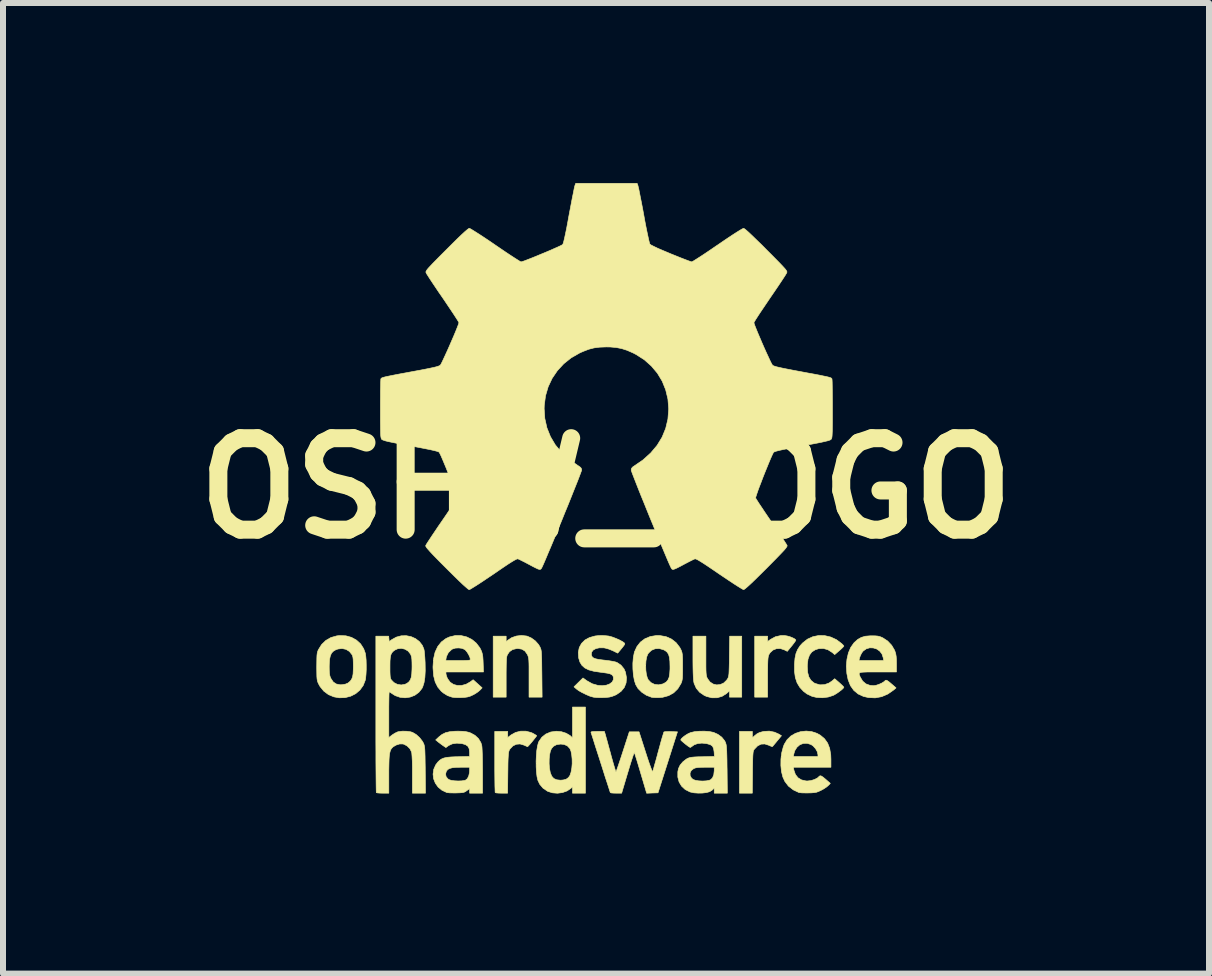
<source format=kicad_pcb>
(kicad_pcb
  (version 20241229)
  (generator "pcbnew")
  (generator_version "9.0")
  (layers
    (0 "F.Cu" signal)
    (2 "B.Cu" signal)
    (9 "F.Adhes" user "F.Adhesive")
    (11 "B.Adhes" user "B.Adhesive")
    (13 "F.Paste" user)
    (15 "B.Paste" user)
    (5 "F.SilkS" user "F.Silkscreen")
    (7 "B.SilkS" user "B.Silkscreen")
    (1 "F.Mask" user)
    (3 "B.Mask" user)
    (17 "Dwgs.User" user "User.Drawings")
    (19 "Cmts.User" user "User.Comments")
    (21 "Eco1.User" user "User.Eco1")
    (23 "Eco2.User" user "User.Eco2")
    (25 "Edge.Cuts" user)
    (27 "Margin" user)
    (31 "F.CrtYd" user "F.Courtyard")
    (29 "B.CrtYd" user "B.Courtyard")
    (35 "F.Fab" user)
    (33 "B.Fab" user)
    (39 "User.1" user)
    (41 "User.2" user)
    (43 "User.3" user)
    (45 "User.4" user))
  (footprint "OSHW_LOGO"
    (layer "F.Cu")
    (at 7.047 5.085)
    (property "Reference" "OSHW_LOGO" (at 0 0 0) (layer "F.SilkS") (effects (font (size 1.524 1.524) (thickness 0.3))))
    (attr through_hole)
    (fp_poly (pts (xy 3.019 2.461) (xy 3.066 2.474) (xy 3.11 2.492) (xy 3.144 2.51) (xy 3.161 2.526) (xy 3.162 2.53) (xy 3.155 2.545) (xy 3.134 2.575) (xy 3.105 2.613) (xy 3.091 2.63) (xy 3.02 2.717) (xy 2.968 2.691) (xy 2.903 2.67) (xy 2.839 2.673) (xy 2.781 2.696) (xy 2.733 2.74) (xy 2.715 2.77) (xy 2.708 2.785) (xy 2.703 2.806) (xy 2.699 2.833) (xy 2.696 2.871) (xy 2.694 2.922) (xy 2.693 2.991) (xy 2.692 3.08) (xy 2.692 3.146) (xy 2.692 3.48) (xy 2.477 3.48) (xy 2.477 2.464) (xy 2.692 2.464) (xy 2.692 2.553) (xy 2.743 2.517) (xy 2.822 2.474) (xy 2.911 2.454) (xy 2.975 2.454) (xy 3.019 2.461)) (stroke (width 0.01) (type solid)) (fill yes) (layer "F.SilkS"))
    (fp_poly (pts (xy 2.808 4.064) (xy 2.875 4.094) (xy 2.923 4.123) (xy 2.85 4.211) (xy 2.817 4.251) (xy 2.791 4.282) (xy 2.775 4.301) (xy 2.772 4.304) (xy 2.76 4.302) (xy 2.732 4.291) (xy 2.71 4.281) (xy 2.645 4.26) (xy 2.583 4.263) (xy 2.525 4.292) (xy 2.473 4.346) (xy 2.471 4.348) (xy 2.463 4.36) (xy 2.457 4.374) (xy 2.452 4.393) (xy 2.449 4.42) (xy 2.446 4.459) (xy 2.444 4.512) (xy 2.443 4.583) (xy 2.441 4.675) (xy 2.441 4.732) (xy 2.437 5.08) (xy 2.223 5.08) (xy 2.223 4.051) (xy 2.438 4.051) (xy 2.438 4.158) (xy 2.473 4.125) (xy 2.514 4.092) (xy 2.556 4.07) (xy 2.611 4.055) (xy 2.632 4.051) (xy 2.72 4.046) (xy 2.808 4.064)) (stroke (width 0.01) (type solid)) (fill yes) (layer "F.SilkS"))
    (fp_poly (pts (xy 1.664 2.792) (xy 1.664 2.892) (xy 1.664 2.97) (xy 1.665 3.03) (xy 1.667 3.074) (xy 1.67 3.106) (xy 1.674 3.13) (xy 1.68 3.149) (xy 1.688 3.166) (xy 1.693 3.175) (xy 1.733 3.228) (xy 1.785 3.262) (xy 1.843 3.276) (xy 1.903 3.27) (xy 1.96 3.245) (xy 2.008 3.199) (xy 2.025 3.175) (xy 2.033 3.16) (xy 2.039 3.143) (xy 2.044 3.12) (xy 2.048 3.089) (xy 2.05 3.046) (xy 2.052 2.988) (xy 2.054 2.912) (xy 2.055 2.814) (xy 2.055 2.797) (xy 2.06 2.464) (xy 2.261 2.464) (xy 2.261 3.48) (xy 2.057 3.48) (xy 2.057 3.376) (xy 2.007 3.42) (xy 1.934 3.466) (xy 1.852 3.49) (xy 1.765 3.491) (xy 1.677 3.469) (xy 1.636 3.451) (xy 1.559 3.398) (xy 1.503 3.331) (xy 1.467 3.249) (xy 1.462 3.225) (xy 1.458 3.193) (xy 1.454 3.139) (xy 1.451 3.067) (xy 1.449 2.98) (xy 1.448 2.881) (xy 1.448 2.812) (xy 1.448 2.464) (xy 1.664 2.464) (xy 1.664 2.792)) (stroke (width 0.01) (type solid)) (fill yes) (layer "F.SilkS"))
    (fp_poly (pts (xy -1.335 4.047) (xy -1.25 4.069) (xy -1.222 4.081) (xy -1.187 4.101) (xy -1.163 4.116) (xy -1.156 4.122) (xy -1.163 4.135) (xy -1.183 4.161) (xy -1.21 4.195) (xy -1.24 4.232) (xy -1.269 4.266) (xy -1.293 4.292) (xy -1.306 4.305) (xy -1.307 4.305) (xy -1.321 4.3) (xy -1.35 4.287) (xy -1.368 4.279) (xy -1.433 4.26) (xy -1.495 4.265) (xy -1.552 4.293) (xy -1.599 4.342) (xy -1.61 4.36) (xy -1.617 4.376) (xy -1.622 4.396) (xy -1.626 4.424) (xy -1.629 4.464) (xy -1.632 4.518) (xy -1.634 4.589) (xy -1.635 4.681) (xy -1.636 4.74) (xy -1.64 5.08) (xy -1.739 5.08) (xy -1.787 5.079) (xy -1.824 5.076) (xy -1.844 5.072) (xy -1.846 5.072) (xy -1.848 5.057) (xy -1.849 5.021) (xy -1.851 4.964) (xy -1.852 4.89) (xy -1.853 4.802) (xy -1.854 4.702) (xy -1.854 4.593) (xy -1.854 4.557) (xy -1.854 4.051) (xy -1.638 4.051) (xy -1.638 4.153) (xy -1.581 4.109) (xy -1.507 4.068) (xy -1.423 4.047) (xy -1.335 4.047)) (stroke (width 0.01) (type solid)) (fill yes) (layer "F.SilkS"))
    (fp_poly (pts (xy -1.328 2.461) (xy -1.313 2.464) (xy -1.244 2.495) (xy -1.178 2.543) (xy -1.125 2.603) (xy -1.105 2.636) (xy -1.096 2.654) (xy -1.089 2.672) (xy -1.083 2.691) (xy -1.079 2.716) (xy -1.076 2.749) (xy -1.074 2.794) (xy -1.072 2.853) (xy -1.071 2.93) (xy -1.07 3.028) (xy -1.069 3.089) (xy -1.065 3.48) (xy -1.283 3.48) (xy -1.283 3.152) (xy -1.283 3.052) (xy -1.283 2.974) (xy -1.284 2.915) (xy -1.286 2.87) (xy -1.289 2.837) (xy -1.294 2.813) (xy -1.3 2.794) (xy -1.307 2.776) (xy -1.311 2.768) (xy -1.35 2.713) (xy -1.401 2.681) (xy -1.466 2.67) (xy -1.49 2.671) (xy -1.557 2.687) (xy -1.609 2.723) (xy -1.641 2.77) (xy -1.648 2.785) (xy -1.654 2.806) (xy -1.658 2.833) (xy -1.66 2.871) (xy -1.662 2.922) (xy -1.663 2.991) (xy -1.664 3.08) (xy -1.664 3.146) (xy -1.664 3.48) (xy -1.88 3.48) (xy -1.88 2.464) (xy -1.664 2.464) (xy -1.664 2.557) (xy -1.635 2.531) (xy -1.572 2.489) (xy -1.494 2.462) (xy -1.41 2.452) (xy -1.328 2.461)) (stroke (width 0.01) (type solid)) (fill yes) (layer "F.SilkS"))
    (fp_poly (pts (xy 3.643 2.455) (xy 3.742 2.478) (xy 3.838 2.522) (xy 3.926 2.588) (xy 3.927 2.589) (xy 3.95 2.612) (xy 3.962 2.628) (xy 3.962 2.63) (xy 3.953 2.642) (xy 3.93 2.666) (xy 3.896 2.697) (xy 3.886 2.705) (xy 3.81 2.771) (xy 3.769 2.736) (xy 3.697 2.69) (xy 3.622 2.669) (xy 3.544 2.672) (xy 3.485 2.691) (xy 3.429 2.727) (xy 3.39 2.779) (xy 3.365 2.848) (xy 3.354 2.937) (xy 3.353 2.972) (xy 3.359 3.067) (xy 3.379 3.143) (xy 3.414 3.2) (xy 3.464 3.242) (xy 3.485 3.252) (xy 3.562 3.275) (xy 3.64 3.272) (xy 3.715 3.245) (xy 3.769 3.208) (xy 3.81 3.173) (xy 3.886 3.239) (xy 3.922 3.272) (xy 3.949 3.298) (xy 3.962 3.314) (xy 3.962 3.316) (xy 3.952 3.332) (xy 3.926 3.357) (xy 3.888 3.386) (xy 3.846 3.416) (xy 3.803 3.442) (xy 3.785 3.451) (xy 3.702 3.478) (xy 3.607 3.49) (xy 3.51 3.485) (xy 3.433 3.467) (xy 3.347 3.426) (xy 3.29 3.383) (xy 3.228 3.316) (xy 3.183 3.241) (xy 3.154 3.154) (xy 3.14 3.051) (xy 3.14 2.933) (xy 3.148 2.833) (xy 3.165 2.752) (xy 3.193 2.685) (xy 3.233 2.624) (xy 3.275 2.578) (xy 3.356 2.514) (xy 3.446 2.473) (xy 3.543 2.453) (xy 3.643 2.455)) (stroke (width 0.01) (type solid)) (fill yes) (layer "F.SilkS"))
    (fp_poly (pts (xy -0.343 5.08) (xy -0.559 5.08) (xy -0.559 4.974) (xy -0.587 5.001) (xy -0.65 5.043) (xy -0.726 5.07) (xy -0.809 5.081) (xy -0.893 5.074) (xy -0.97 5.05) (xy -0.975 5.047) (xy -1.049 4.997) (xy -1.105 4.931) (xy -1.136 4.865) (xy -1.15 4.804) (xy -1.159 4.728) (xy -1.164 4.64) (xy -1.164 4.588) (xy -0.948 4.588) (xy -0.943 4.662) (xy -0.928 4.741) (xy -0.904 4.798) (xy -0.87 4.836) (xy -0.822 4.857) (xy -0.759 4.864) (xy -0.758 4.864) (xy -0.713 4.86) (xy -0.673 4.85) (xy -0.662 4.846) (xy -0.626 4.82) (xy -0.601 4.784) (xy -0.583 4.731) (xy -0.57 4.661) (xy -0.564 4.588) (xy -0.565 4.513) (xy -0.572 4.442) (xy -0.584 4.381) (xy -0.601 4.339) (xy -0.602 4.337) (xy -0.644 4.292) (xy -0.699 4.268) (xy -0.756 4.262) (xy -0.823 4.271) (xy -0.876 4.299) (xy -0.909 4.337) (xy -0.927 4.379) (xy -0.94 4.439) (xy -0.947 4.511) (xy -0.948 4.588) (xy -1.164 4.588) (xy -1.165 4.548) (xy -1.161 4.456) (xy -1.154 4.37) (xy -1.142 4.296) (xy -1.127 4.238) (xy -1.119 4.22) (xy -1.069 4.148) (xy -1.003 4.095) (xy -0.922 4.061) (xy -0.829 4.048) (xy -0.826 4.048) (xy -0.743 4.056) (xy -0.665 4.081) (xy -0.6 4.119) (xy -0.588 4.13) (xy -0.559 4.157) (xy -0.559 3.645) (xy -0.343 3.645) (xy -0.343 5.08)) (stroke (width 0.01) (type solid)) (fill yes) (layer "F.SilkS"))
    (fp_poly (pts (xy 3.426 4.054) (xy 3.516 4.084) (xy 3.571 4.115) (xy 3.64 4.173) (xy 3.692 4.246) (xy 3.726 4.334) (xy 3.744 4.44) (xy 3.747 4.515) (xy 3.747 4.648) (xy 3.121 4.648) (xy 3.13 4.696) (xy 3.155 4.768) (xy 3.198 4.823) (xy 3.257 4.859) (xy 3.331 4.876) (xy 3.355 4.877) (xy 3.415 4.87) (xy 3.473 4.852) (xy 3.521 4.828) (xy 3.542 4.809) (xy 3.556 4.795) (xy 3.57 4.79) (xy 3.589 4.795) (xy 3.616 4.813) (xy 3.656 4.846) (xy 3.69 4.876) (xy 3.737 4.917) (xy 3.7 4.955) (xy 3.67 4.98) (xy 3.626 5.009) (xy 3.582 5.033) (xy 3.54 5.052) (xy 3.505 5.065) (xy 3.467 5.071) (xy 3.418 5.075) (xy 3.372 5.076) (xy 3.314 5.076) (xy 3.263 5.075) (xy 3.226 5.071) (xy 3.213 5.069) (xy 3.12 5.025) (xy 3.039 4.962) (xy 2.98 4.885) (xy 2.946 4.811) (xy 2.923 4.72) (xy 2.913 4.619) (xy 2.914 4.513) (xy 2.919 4.47) (xy 3.121 4.47) (xy 3.531 4.47) (xy 3.531 4.441) (xy 3.52 4.39) (xy 3.491 4.338) (xy 3.45 4.293) (xy 3.416 4.27) (xy 3.351 4.249) (xy 3.287 4.251) (xy 3.228 4.274) (xy 3.18 4.316) (xy 3.144 4.374) (xy 3.13 4.423) (xy 3.121 4.47) (xy 2.919 4.47) (xy 2.927 4.408) (xy 2.953 4.31) (xy 2.969 4.267) (xy 3.016 4.19) (xy 3.079 4.128) (xy 3.156 4.083) (xy 3.242 4.055) (xy 3.334 4.045) (xy 3.426 4.054)) (stroke (width 0.01) (type solid)) (fill yes) (layer "F.SilkS"))
    (fp_poly (pts (xy 0.896 2.454) (xy 0.999 2.472) (xy 1.09 2.512) (xy 1.167 2.572) (xy 1.228 2.651) (xy 1.249 2.691) (xy 1.259 2.715) (xy 1.266 2.739) (xy 1.271 2.769) (xy 1.274 2.809) (xy 1.276 2.864) (xy 1.276 2.938) (xy 1.276 2.972) (xy 1.276 3.054) (xy 1.275 3.115) (xy 1.273 3.16) (xy 1.268 3.194) (xy 1.262 3.22) (xy 1.253 3.243) (xy 1.249 3.253) (xy 1.196 3.34) (xy 1.127 3.408) (xy 1.043 3.455) (xy 0.945 3.482) (xy 0.893 3.487) (xy 0.84 3.488) (xy 0.791 3.486) (xy 0.758 3.482) (xy 0.756 3.481) (xy 0.671 3.448) (xy 0.595 3.398) (xy 0.533 3.336) (xy 0.495 3.272) (xy 0.472 3.201) (xy 0.456 3.112) (xy 0.448 3.014) (xy 0.447 2.953) (xy 0.661 2.953) (xy 0.663 3.029) (xy 0.672 3.1) (xy 0.688 3.159) (xy 0.703 3.19) (xy 0.749 3.238) (xy 0.808 3.267) (xy 0.874 3.275) (xy 0.942 3.261) (xy 0.967 3.25) (xy 1.005 3.226) (xy 1.032 3.193) (xy 1.051 3.149) (xy 1.061 3.09) (xy 1.066 3.011) (xy 1.066 2.972) (xy 1.064 2.884) (xy 1.056 2.817) (xy 1.042 2.768) (xy 1.019 2.732) (xy 0.986 2.705) (xy 0.957 2.69) (xy 0.886 2.67) (xy 0.818 2.674) (xy 0.757 2.699) (xy 0.708 2.746) (xy 0.694 2.767) (xy 0.676 2.815) (xy 0.665 2.879) (xy 0.661 2.953) (xy 0.447 2.953) (xy 0.447 2.914) (xy 0.455 2.819) (xy 0.471 2.737) (xy 0.474 2.726) (xy 0.515 2.637) (xy 0.573 2.563) (xy 0.648 2.507) (xy 0.737 2.47) (xy 0.836 2.454) (xy 0.896 2.454)) (stroke (width 0.01) (type solid)) (fill yes) (layer "F.SilkS"))
    (fp_poly (pts (xy -2.416 2.454) (xy -2.323 2.476) (xy -2.237 2.518) (xy -2.163 2.579) (xy -2.103 2.657) (xy -2.085 2.692) (xy -2.07 2.728) (xy -2.06 2.764) (xy -2.053 2.806) (xy -2.049 2.862) (xy -2.047 2.911) (xy -2.042 3.061) (xy -2.667 3.061) (xy -2.667 3.09) (xy -2.661 3.118) (xy -2.647 3.157) (xy -2.638 3.175) (xy -2.597 3.231) (xy -2.542 3.268) (xy -2.476 3.286) (xy -2.405 3.285) (xy -2.331 3.265) (xy -2.259 3.224) (xy -2.254 3.22) (xy -2.214 3.19) (xy -2.139 3.257) (xy -2.064 3.325) (xy -2.102 3.365) (xy -2.134 3.392) (xy -2.178 3.422) (xy -2.219 3.444) (xy -2.265 3.465) (xy -2.307 3.477) (xy -2.356 3.484) (xy -2.409 3.487) (xy -2.467 3.488) (xy -2.521 3.486) (xy -2.561 3.481) (xy -2.569 3.479) (xy -2.641 3.454) (xy -2.707 3.413) (xy -2.745 3.382) (xy -2.803 3.313) (xy -2.846 3.228) (xy -2.872 3.126) (xy -2.882 3.004) (xy -2.883 2.976) (xy -2.876 2.87) (xy -2.67 2.87) (xy -2.465 2.87) (xy -2.389 2.87) (xy -2.334 2.869) (xy -2.297 2.867) (xy -2.275 2.864) (xy -2.264 2.858) (xy -2.261 2.851) (xy -2.261 2.847) (xy -2.269 2.814) (xy -2.289 2.771) (xy -2.316 2.728) (xy -2.345 2.694) (xy -2.354 2.687) (xy -2.398 2.667) (xy -2.454 2.66) (xy -2.511 2.663) (xy -2.56 2.679) (xy -2.573 2.687) (xy -2.627 2.739) (xy -2.657 2.8) (xy -2.663 2.823) (xy -2.67 2.87) (xy -2.876 2.87) (xy -2.874 2.844) (xy -2.848 2.731) (xy -2.804 2.637) (xy -2.744 2.561) (xy -2.666 2.503) (xy -2.609 2.477) (xy -2.513 2.454) (xy -2.416 2.454)) (stroke (width 0.01) (type solid)) (fill yes) (layer "F.SilkS"))
    (fp_poly (pts (xy -4.335 2.458) (xy -4.241 2.484) (xy -4.158 2.53) (xy -4.089 2.593) (xy -4.038 2.673) (xy -4.011 2.747) (xy -4.003 2.797) (xy -3.997 2.864) (xy -3.995 2.942) (xy -3.995 3.023) (xy -3.999 3.099) (xy -4.005 3.162) (xy -4.011 3.197) (xy -4.046 3.286) (xy -4.101 3.362) (xy -4.171 3.422) (xy -4.254 3.464) (xy -4.347 3.488) (xy -4.446 3.491) (xy -4.535 3.475) (xy -4.624 3.438) (xy -4.702 3.38) (xy -4.765 3.303) (xy -4.793 3.252) (xy -4.803 3.228) (xy -4.81 3.204) (xy -4.815 3.173) (xy -4.818 3.133) (xy -4.819 3.077) (xy -4.82 3.002) (xy -4.82 2.973) (xy -4.612 2.973) (xy -4.611 3.039) (xy -4.608 3.086) (xy -4.602 3.121) (xy -4.593 3.15) (xy -4.582 3.172) (xy -4.544 3.228) (xy -4.494 3.261) (xy -4.431 3.274) (xy -4.397 3.273) (xy -4.341 3.263) (xy -4.299 3.245) (xy -4.295 3.242) (xy -4.262 3.214) (xy -4.239 3.182) (xy -4.223 3.143) (xy -4.214 3.091) (xy -4.211 3.021) (xy -4.21 2.972) (xy -4.211 2.9) (xy -4.213 2.848) (xy -4.218 2.811) (xy -4.226 2.784) (xy -4.232 2.773) (xy -4.275 2.719) (xy -4.331 2.684) (xy -4.397 2.67) (xy -4.466 2.678) (xy -4.501 2.69) (xy -4.542 2.714) (xy -4.573 2.746) (xy -4.593 2.79) (xy -4.606 2.849) (xy -4.611 2.928) (xy -4.612 2.973) (xy -4.82 2.973) (xy -4.82 2.972) (xy -4.819 2.89) (xy -4.818 2.828) (xy -4.816 2.783) (xy -4.812 2.75) (xy -4.806 2.724) (xy -4.797 2.7) (xy -4.793 2.691) (xy -4.739 2.604) (xy -4.669 2.536) (xy -4.584 2.487) (xy -4.486 2.459) (xy -4.439 2.454) (xy -4.335 2.458)) (stroke (width 0.01) (type solid)) (fill yes) (layer "F.SilkS"))
    (fp_poly (pts (xy 4.485 2.459) (xy 4.529 2.463) (xy 4.565 2.472) (xy 4.603 2.488) (xy 4.613 2.493) (xy 4.692 2.545) (xy 4.759 2.616) (xy 4.807 2.698) (xy 4.813 2.713) (xy 4.826 2.754) (xy 4.834 2.8) (xy 4.838 2.856) (xy 4.839 2.921) (xy 4.839 3.061) (xy 4.528 3.061) (xy 4.428 3.061) (xy 4.351 3.061) (xy 4.294 3.063) (xy 4.255 3.066) (xy 4.23 3.072) (xy 4.219 3.082) (xy 4.217 3.096) (xy 4.223 3.115) (xy 4.233 3.14) (xy 4.236 3.147) (xy 4.276 3.213) (xy 4.33 3.259) (xy 4.399 3.284) (xy 4.458 3.289) (xy 4.498 3.283) (xy 4.547 3.267) (xy 4.596 3.245) (xy 4.634 3.221) (xy 4.646 3.209) (xy 4.657 3.199) (xy 4.671 3.198) (xy 4.69 3.207) (xy 4.72 3.229) (xy 4.763 3.266) (xy 4.782 3.282) (xy 4.832 3.326) (xy 4.794 3.359) (xy 4.697 3.427) (xy 4.593 3.472) (xy 4.485 3.492) (xy 4.373 3.487) (xy 4.289 3.468) (xy 4.2 3.427) (xy 4.128 3.367) (xy 4.072 3.288) (xy 4.033 3.189) (xy 4.012 3.085) (xy 4.004 2.964) (xy 4.012 2.87) (xy 4.214 2.87) (xy 4.626 2.87) (xy 4.618 2.823) (xy 4.597 2.76) (xy 4.559 2.712) (xy 4.51 2.678) (xy 4.452 2.66) (xy 4.393 2.658) (xy 4.336 2.675) (xy 4.285 2.711) (xy 4.261 2.742) (xy 4.24 2.782) (xy 4.225 2.822) (xy 4.223 2.829) (xy 4.214 2.87) (xy 4.012 2.87) (xy 4.014 2.849) (xy 4.038 2.743) (xy 4.077 2.652) (xy 4.129 2.578) (xy 4.135 2.571) (xy 4.193 2.519) (xy 4.253 2.485) (xy 4.321 2.465) (xy 4.404 2.458) (xy 4.426 2.458) (xy 4.485 2.459)) (stroke (width 0.01) (type solid)) (fill yes) (layer "F.SilkS"))
    (fp_poly (pts (xy -2.393 4.049) (xy -2.339 4.054) (xy -2.294 4.064) (xy -2.258 4.076) (xy -2.184 4.116) (xy -2.125 4.171) (xy -2.085 4.238) (xy -2.071 4.281) (xy -2.067 4.312) (xy -2.064 4.365) (xy -2.061 4.437) (xy -2.059 4.524) (xy -2.058 4.623) (xy -2.057 4.712) (xy -2.057 5.08) (xy -2.273 5.08) (xy -2.273 5.003) (xy -2.32 5.038) (xy -2.343 5.054) (xy -2.366 5.065) (xy -2.394 5.071) (xy -2.436 5.074) (xy -2.494 5.076) (xy -2.552 5.076) (xy -2.604 5.075) (xy -2.642 5.071) (xy -2.654 5.069) (xy -2.734 5.031) (xy -2.798 4.978) (xy -2.844 4.913) (xy -2.873 4.839) (xy -2.882 4.762) (xy -2.881 4.759) (xy -2.673 4.759) (xy -2.665 4.804) (xy -2.636 4.841) (xy -2.612 4.856) (xy -2.576 4.867) (xy -2.523 4.874) (xy -2.463 4.877) (xy -2.405 4.875) (xy -2.358 4.868) (xy -2.343 4.864) (xy -2.311 4.839) (xy -2.288 4.795) (xy -2.275 4.737) (xy -2.273 4.706) (xy -2.273 4.648) (xy -2.415 4.648) (xy -2.498 4.65) (xy -2.56 4.656) (xy -2.605 4.668) (xy -2.636 4.685) (xy -2.658 4.711) (xy -2.66 4.714) (xy -2.673 4.759) (xy -2.881 4.759) (xy -2.871 4.684) (xy -2.838 4.609) (xy -2.802 4.561) (xy -2.772 4.532) (xy -2.739 4.51) (xy -2.7 4.494) (xy -2.65 4.483) (xy -2.585 4.477) (xy -2.5 4.473) (xy -2.473 4.473) (xy -2.273 4.468) (xy -2.273 4.4) (xy -2.28 4.34) (xy -2.302 4.298) (xy -2.342 4.271) (xy -2.4 4.254) (xy -2.486 4.247) (xy -2.561 4.258) (xy -2.622 4.286) (xy -2.626 4.289) (xy -2.668 4.32) (xy -2.715 4.288) (xy -2.755 4.259) (xy -2.794 4.229) (xy -2.8 4.224) (xy -2.838 4.193) (xy -2.785 4.143) (xy -2.733 4.102) (xy -2.675 4.073) (xy -2.605 4.056) (xy -2.519 4.048) (xy -2.464 4.047) (xy -2.393 4.049)) (stroke (width 0.01) (type solid)) (fill yes) (layer "F.SilkS"))
    (fp_poly (pts (xy -0.003 2.457) (xy 0.044 2.462) (xy 0.1 2.477) (xy 0.164 2.501) (xy 0.227 2.529) (xy 0.278 2.557) (xy 0.297 2.571) (xy 0.308 2.58) (xy 0.312 2.589) (xy 0.309 2.603) (xy 0.295 2.624) (xy 0.269 2.657) (xy 0.23 2.705) (xy 0.225 2.71) (xy 0.195 2.747) (xy 0.112 2.706) (xy 0.048 2.68) (xy -0.016 2.662) (xy -0.042 2.658) (xy -0.111 2.658) (xy -0.169 2.671) (xy -0.213 2.695) (xy -0.239 2.729) (xy -0.245 2.769) (xy -0.24 2.79) (xy -0.228 2.812) (xy -0.207 2.828) (xy -0.173 2.841) (xy -0.122 2.852) (xy -0.052 2.861) (xy -0.016 2.865) (xy 0.048 2.873) (xy 0.108 2.883) (xy 0.155 2.893) (xy 0.182 2.902) (xy 0.249 2.947) (xy 0.299 3.008) (xy 0.324 3.064) (xy 0.341 3.158) (xy 0.334 3.243) (xy 0.304 3.319) (xy 0.251 3.383) (xy 0.177 3.435) (xy 0.151 3.448) (xy 0.102 3.467) (xy 0.056 3.479) (xy 0.001 3.485) (xy -0.044 3.487) (xy -0.104 3.488) (xy -0.161 3.486) (xy -0.206 3.481) (xy -0.215 3.479) (xy -0.268 3.464) (xy -0.331 3.437) (xy -0.397 3.405) (xy -0.455 3.372) (xy -0.493 3.344) (xy -0.534 3.308) (xy -0.459 3.234) (xy -0.384 3.16) (xy -0.319 3.207) (xy -0.23 3.257) (xy -0.136 3.284) (xy -0.065 3.289) (xy 0.004 3.281) (xy 0.06 3.26) (xy 0.101 3.229) (xy 0.123 3.189) (xy 0.122 3.146) (xy 0.113 3.123) (xy 0.096 3.106) (xy 0.067 3.092) (xy 0.022 3.081) (xy -0.041 3.072) (xy -0.094 3.065) (xy -0.202 3.049) (xy -0.288 3.026) (xy -0.354 2.993) (xy -0.402 2.95) (xy -0.435 2.896) (xy -0.456 2.827) (xy -0.456 2.825) (xy -0.462 2.735) (xy -0.446 2.654) (xy -0.408 2.585) (xy -0.351 2.528) (xy -0.275 2.487) (xy -0.182 2.461) (xy -0.127 2.455) (xy -0.066 2.453) (xy -0.003 2.457)) (stroke (width 0.01) (type solid)) (fill yes) (layer "F.SilkS"))
    (fp_poly (pts (xy -0.008 4.115) (xy 0.000434 4.147) (xy 0.015 4.198) (xy 0.033 4.264) (xy 0.054 4.341) (xy 0.077 4.424) (xy 0.084 4.452) (xy 0.106 4.531) (xy 0.126 4.601) (xy 0.143 4.658) (xy 0.156 4.7) (xy 0.164 4.722) (xy 0.165 4.724) (xy 0.171 4.713) (xy 0.183 4.68) (xy 0.201 4.629) (xy 0.223 4.564) (xy 0.249 4.486) (xy 0.277 4.4) (xy 0.28 4.391) (xy 0.388 4.058) (xy 0.55 4.058) (xy 0.659 4.397) (xy 0.687 4.484) (xy 0.713 4.562) (xy 0.736 4.627) (xy 0.755 4.678) (xy 0.768 4.71) (xy 0.776 4.721) (xy 0.776 4.721) (xy 0.782 4.705) (xy 0.793 4.668) (xy 0.808 4.613) (xy 0.828 4.544) (xy 0.85 4.464) (xy 0.87 4.388) (xy 0.894 4.302) (xy 0.915 4.224) (xy 0.934 4.157) (xy 0.95 4.106) (xy 0.96 4.072) (xy 0.965 4.06) (xy 0.981 4.056) (xy 1.016 4.054) (xy 1.063 4.053) (xy 1.082 4.054) (xy 1.19 4.058) (xy 1.028 4.566) (xy 0.866 5.074) (xy 0.771 5.077) (xy 0.677 5.081) (xy 0.578 4.747) (xy 0.552 4.659) (xy 0.528 4.579) (xy 0.507 4.511) (xy 0.49 4.457) (xy 0.478 4.42) (xy 0.472 4.405) (xy 0.471 4.404) (xy 0.466 4.414) (xy 0.454 4.445) (xy 0.438 4.494) (xy 0.417 4.558) (xy 0.393 4.636) (xy 0.367 4.722) (xy 0.362 4.738) (xy 0.26 5.08) (xy 0.169 5.08) (xy 0.124 5.079) (xy 0.089 5.076) (xy 0.072 5.071) (xy 0.072 5.07) (xy 0.067 5.057) (xy 0.055 5.021) (xy 0.038 4.967) (xy 0.015 4.896) (xy -0.013 4.812) (xy -0.043 4.716) (xy -0.076 4.612) (xy -0.089 4.572) (xy -0.123 4.465) (xy -0.155 4.366) (xy -0.184 4.276) (xy -0.208 4.199) (xy -0.228 4.137) (xy -0.242 4.093) (xy -0.25 4.07) (xy -0.251 4.067) (xy -0.247 4.059) (xy -0.227 4.054) (xy -0.187 4.052) (xy -0.142 4.051) (xy -0.027 4.051) (xy -0.008 4.115)) (stroke (width 0.01) (type solid)) (fill yes) (layer "F.SilkS"))
    (fp_poly (pts (xy 1.722 4.053) (xy 1.79 4.067) (xy 1.791 4.067) (xy 1.864 4.1) (xy 1.928 4.147) (xy 1.975 4.205) (xy 1.989 4.232) (xy 1.995 4.25) (xy 2.001 4.271) (xy 2.005 4.299) (xy 2.008 4.337) (xy 2.011 4.386) (xy 2.013 4.452) (xy 2.015 4.535) (xy 2.016 4.64) (xy 2.017 4.683) (xy 2.021 5.08) (xy 1.803 5.08) (xy 1.803 5.032) (xy 1.802 5.003) (xy 1.797 4.997) (xy 1.789 5.008) (xy 1.769 5.028) (xy 1.736 5.049) (xy 1.723 5.056) (xy 1.673 5.07) (xy 1.607 5.078) (xy 1.535 5.079) (xy 1.464 5.074) (xy 1.405 5.061) (xy 1.398 5.059) (xy 1.319 5.019) (xy 1.259 4.963) (xy 1.217 4.893) (xy 1.196 4.812) (xy 1.196 4.743) (xy 1.4 4.743) (xy 1.401 4.787) (xy 1.423 4.828) (xy 1.451 4.852) (xy 1.491 4.866) (xy 1.546 4.875) (xy 1.608 4.878) (xy 1.669 4.875) (xy 1.72 4.865) (xy 1.74 4.858) (xy 1.773 4.827) (xy 1.795 4.775) (xy 1.803 4.706) (xy 1.803 4.696) (xy 1.803 4.648) (xy 1.654 4.648) (xy 1.583 4.649) (xy 1.531 4.652) (xy 1.494 4.658) (xy 1.466 4.668) (xy 1.461 4.67) (xy 1.42 4.702) (xy 1.4 4.743) (xy 1.196 4.743) (xy 1.196 4.724) (xy 1.207 4.67) (xy 1.234 4.613) (xy 1.28 4.558) (xy 1.337 4.513) (xy 1.351 4.505) (xy 1.374 4.494) (xy 1.399 4.486) (xy 1.431 4.481) (xy 1.474 4.477) (xy 1.534 4.474) (xy 1.605 4.473) (xy 1.806 4.468) (xy 1.801 4.393) (xy 1.792 4.335) (xy 1.773 4.296) (xy 1.738 4.272) (xy 1.683 4.256) (xy 1.676 4.254) (xy 1.598 4.246) (xy 1.527 4.253) (xy 1.469 4.274) (xy 1.449 4.288) (xy 1.423 4.307) (xy 1.405 4.318) (xy 1.404 4.318) (xy 1.389 4.311) (xy 1.361 4.292) (xy 1.327 4.266) (xy 1.293 4.238) (xy 1.264 4.213) (xy 1.247 4.196) (xy 1.245 4.192) (xy 1.255 4.173) (xy 1.282 4.147) (xy 1.32 4.118) (xy 1.362 4.092) (xy 1.403 4.073) (xy 1.411 4.07) (xy 1.476 4.055) (xy 1.555 4.048) (xy 1.64 4.047) (xy 1.722 4.053)) (stroke (width 0.01) (type solid)) (fill yes) (layer "F.SilkS"))
    (fp_poly (pts (xy -3.248 2.472) (xy -3.174 2.505) (xy -3.11 2.554) (xy -3.061 2.617) (xy -3.035 2.678) (xy -3.029 2.708) (xy -3.024 2.756) (xy -3.019 2.818) (xy -3.015 2.887) (xy -3.014 2.908) (xy -3.012 3.041) (xy -3.018 3.151) (xy -3.032 3.239) (xy -3.054 3.308) (xy -3.067 3.335) (xy -3.119 3.4) (xy -3.186 3.449) (xy -3.264 3.479) (xy -3.347 3.491) (xy -3.431 3.483) (xy -3.512 3.455) (xy -3.564 3.422) (xy -3.591 3.403) (xy -3.61 3.392) (xy -3.612 3.391) (xy -3.614 3.403) (xy -3.616 3.438) (xy -3.617 3.491) (xy -3.618 3.561) (xy -3.619 3.644) (xy -3.619 3.736) (xy -3.619 3.772) (xy -3.619 4.153) (xy -3.562 4.109) (xy -3.52 4.082) (xy -3.478 4.061) (xy -3.457 4.055) (xy -3.394 4.047) (xy -3.325 4.048) (xy -3.262 4.056) (xy -3.224 4.067) (xy -3.163 4.103) (xy -3.105 4.156) (xy -3.059 4.216) (xy -3.046 4.239) (xy -3.037 4.257) (xy -3.031 4.275) (xy -3.026 4.296) (xy -3.022 4.323) (xy -3.019 4.359) (xy -3.017 4.407) (xy -3.015 4.471) (xy -3.014 4.554) (xy -3.012 4.658) (xy -3.012 4.689) (xy -3.008 5.08) (xy -3.226 5.08) (xy -3.226 4.761) (xy -3.226 4.641) (xy -3.228 4.543) (xy -3.232 4.468) (xy -3.236 4.416) (xy -3.241 4.392) (xy -3.268 4.339) (xy -3.313 4.294) (xy -3.366 4.265) (xy -3.386 4.26) (xy -3.439 4.26) (xy -3.496 4.278) (xy -3.546 4.307) (xy -3.572 4.333) (xy -3.586 4.354) (xy -3.596 4.381) (xy -3.605 4.415) (xy -3.611 4.46) (xy -3.615 4.519) (xy -3.617 4.595) (xy -3.619 4.691) (xy -3.619 4.778) (xy -3.619 5.08) (xy -3.719 5.08) (xy -3.767 5.079) (xy -3.805 5.076) (xy -3.825 5.072) (xy -3.827 5.072) (xy -3.828 5.058) (xy -3.829 5.021) (xy -3.83 4.961) (xy -3.831 4.882) (xy -3.832 4.783) (xy -3.833 4.668) (xy -3.834 4.538) (xy -3.834 4.394) (xy -3.835 4.238) (xy -3.835 4.072) (xy -3.835 3.898) (xy -3.835 3.763) (xy -3.835 2.979) (xy -3.6 2.979) (xy -3.6 3.053) (xy -3.598 3.106) (xy -3.595 3.143) (xy -3.589 3.169) (xy -3.58 3.188) (xy -3.578 3.192) (xy -3.533 3.238) (xy -3.476 3.267) (xy -3.412 3.277) (xy -3.349 3.266) (xy -3.317 3.251) (xy -3.285 3.226) (xy -3.262 3.195) (xy -3.246 3.153) (xy -3.237 3.096) (xy -3.233 3.02) (xy -3.232 2.972) (xy -3.233 2.902) (xy -3.235 2.852) (xy -3.239 2.816) (xy -3.247 2.788) (xy -3.258 2.762) (xy -3.258 2.762) (xy -3.297 2.713) (xy -3.35 2.681) (xy -3.41 2.667) (xy -3.471 2.674) (xy -3.519 2.696) (xy -3.549 2.719) (xy -3.57 2.744) (xy -3.585 2.775) (xy -3.594 2.818) (xy -3.599 2.875) (xy -3.6 2.953) (xy -3.6 2.979) (xy -3.835 2.979) (xy -3.835 2.464) (xy -3.621 2.464) (xy -3.613 2.554) (xy -3.57 2.522) (xy -3.494 2.48) (xy -3.412 2.458) (xy -3.329 2.456) (xy -3.248 2.472)) (stroke (width 0.01) (type solid)) (fill yes) (layer "F.SilkS"))
    (fp_poly (pts (xy 0.531 -5.045) (xy 0.536 -5.025) (xy 0.546 -4.983) (xy 0.558 -4.922) (xy 0.573 -4.845) (xy 0.591 -4.755) (xy 0.61 -4.656) (xy 0.629 -4.553) (xy 0.648 -4.447) (xy 0.667 -4.349) (xy 0.685 -4.261) (xy 0.701 -4.186) (xy 0.714 -4.127) (xy 0.724 -4.087) (xy 0.73 -4.069) (xy 0.749 -4.054) (xy 0.792 -4.032) (xy 0.858 -4) (xy 0.949 -3.961) (xy 1.063 -3.913) (xy 1.077 -3.907) (xy 1.164 -3.872) (xy 1.243 -3.84) (xy 1.313 -3.813) (xy 1.368 -3.792) (xy 1.408 -3.778) (xy 1.427 -3.772) (xy 1.428 -3.772) (xy 1.443 -3.779) (xy 1.476 -3.799) (xy 1.525 -3.83) (xy 1.589 -3.871) (xy 1.663 -3.92) (xy 1.746 -3.976) (xy 1.836 -4.038) (xy 1.856 -4.051) (xy 1.948 -4.114) (xy 2.034 -4.172) (xy 2.111 -4.223) (xy 2.178 -4.266) (xy 2.231 -4.299) (xy 2.269 -4.321) (xy 2.289 -4.33) (xy 2.291 -4.331) (xy 2.306 -4.324) (xy 2.334 -4.302) (xy 2.376 -4.265) (xy 2.432 -4.212) (xy 2.504 -4.142) (xy 2.593 -4.056) (xy 2.671 -3.977) (xy 2.76 -3.888) (xy 2.832 -3.815) (xy 2.89 -3.756) (xy 2.934 -3.71) (xy 2.967 -3.674) (xy 2.99 -3.648) (xy 3.004 -3.628) (xy 3.012 -3.614) (xy 3.014 -3.603) (xy 3.012 -3.594) (xy 3.011 -3.591) (xy 3.001 -3.573) (xy 2.979 -3.537) (xy 2.945 -3.485) (xy 2.902 -3.42) (xy 2.851 -3.344) (xy 2.794 -3.26) (xy 2.733 -3.171) (xy 2.731 -3.168) (xy 2.671 -3.079) (xy 2.615 -2.996) (xy 2.565 -2.922) (xy 2.524 -2.859) (xy 2.492 -2.809) (xy 2.472 -2.775) (xy 2.464 -2.76) (xy 2.464 -2.759) (xy 2.469 -2.74) (xy 2.483 -2.701) (xy 2.505 -2.646) (xy 2.532 -2.58) (xy 2.564 -2.505) (xy 2.598 -2.425) (xy 2.633 -2.345) (xy 2.668 -2.267) (xy 2.701 -2.196) (xy 2.729 -2.135) (xy 2.752 -2.088) (xy 2.769 -2.058) (xy 2.774 -2.051) (xy 2.787 -2.042) (xy 2.808 -2.034) (xy 2.841 -2.024) (xy 2.888 -2.013) (xy 2.952 -1.999) (xy 3.033 -1.983) (xy 3.136 -1.963) (xy 3.233 -1.945) (xy 3.361 -1.921) (xy 3.466 -1.902) (xy 3.55 -1.886) (xy 3.617 -1.872) (xy 3.667 -1.862) (xy 3.704 -1.853) (xy 3.73 -1.846) (xy 3.747 -1.839) (xy 3.756 -1.833) (xy 3.762 -1.827) (xy 3.764 -1.821) (xy 3.766 -1.804) (xy 3.768 -1.765) (xy 3.769 -1.706) (xy 3.77 -1.631) (xy 3.771 -1.541) (xy 3.772 -1.441) (xy 3.772 -1.334) (xy 3.772 -1.321) (xy 3.772 -1.197) (xy 3.772 -1.096) (xy 3.771 -1.016) (xy 3.77 -0.953) (xy 3.768 -0.906) (xy 3.766 -0.871) (xy 3.763 -0.847) (xy 3.759 -0.831) (xy 3.754 -0.821) (xy 3.75 -0.816) (xy 3.74 -0.808) (xy 3.722 -0.8) (xy 3.693 -0.791) (xy 3.651 -0.781) (xy 3.595 -0.768) (xy 3.521 -0.753) (xy 3.427 -0.735) (xy 3.311 -0.714) (xy 3.271 -0.706) (xy 3.141 -0.682) (xy 3.035 -0.662) (xy 2.951 -0.645) (xy 2.887 -0.631) (xy 2.84 -0.619) (xy 2.81 -0.609) (xy 2.794 -0.601) (xy 2.793 -0.6) (xy 2.782 -0.582) (xy 2.764 -0.544) (xy 2.74 -0.49) (xy 2.712 -0.423) (xy 2.681 -0.347) (xy 2.648 -0.266) (xy 2.615 -0.183) (xy 2.584 -0.101) (xy 2.554 -0.024) (xy 2.529 0.044) (xy 2.51 0.1) (xy 2.497 0.14) (xy 2.492 0.161) (xy 2.492 0.162) (xy 2.501 0.177) (xy 2.522 0.211) (xy 2.554 0.261) (xy 2.596 0.323) (xy 2.645 0.397) (xy 2.7 0.478) (xy 2.753 0.555) (xy 2.813 0.643) (xy 2.868 0.724) (xy 2.917 0.797) (xy 2.958 0.859) (xy 2.989 0.908) (xy 3.009 0.94) (xy 3.017 0.954) (xy 3.017 0.963) (xy 3.01 0.976) (xy 2.997 0.996) (xy 2.974 1.024) (xy 2.941 1.06) (xy 2.895 1.108) (xy 2.836 1.169) (xy 2.762 1.244) (xy 2.672 1.335) (xy 2.569 1.437) (xy 2.482 1.523) (xy 2.411 1.591) (xy 2.356 1.641) (xy 2.317 1.674) (xy 2.296 1.688) (xy 2.293 1.689) (xy 2.276 1.682) (xy 2.242 1.662) (xy 2.192 1.631) (xy 2.128 1.59) (xy 2.054 1.541) (xy 1.972 1.486) (xy 1.887 1.429) (xy 1.782 1.357) (xy 1.696 1.299) (xy 1.628 1.254) (xy 1.574 1.22) (xy 1.534 1.196) (xy 1.506 1.182) (xy 1.488 1.176) (xy 1.481 1.176) (xy 1.46 1.185) (xy 1.422 1.203) (xy 1.372 1.229) (xy 1.314 1.259) (xy 1.303 1.265) (xy 1.234 1.302) (xy 1.183 1.328) (xy 1.147 1.344) (xy 1.123 1.352) (xy 1.108 1.352) (xy 1.097 1.345) (xy 1.088 1.332) (xy 1.087 1.331) (xy 1.077 1.311) (xy 1.058 1.27) (xy 1.032 1.211) (xy 1 1.135) (xy 0.963 1.047) (xy 0.921 0.947) (xy 0.876 0.838) (xy 0.828 0.723) (xy 0.779 0.603) (xy 0.729 0.482) (xy 0.68 0.361) (xy 0.633 0.244) (xy 0.587 0.132) (xy 0.545 0.027) (xy 0.508 -0.067) (xy 0.476 -0.149) (xy 0.45 -0.216) (xy 0.431 -0.266) (xy 0.421 -0.296) (xy 0.419 -0.304) (xy 0.425 -0.332) (xy 0.445 -0.355) (xy 0.467 -0.37) (xy 0.617 -0.473) (xy 0.745 -0.589) (xy 0.851 -0.715) (xy 0.934 -0.851) (xy 0.994 -0.997) (xy 1.031 -1.152) (xy 1.044 -1.316) (xy 1.044 -1.327) (xy 1.031 -1.487) (xy 0.994 -1.64) (xy 0.936 -1.784) (xy 0.856 -1.917) (xy 0.756 -2.036) (xy 0.638 -2.141) (xy 0.502 -2.228) (xy 0.452 -2.254) (xy 0.352 -2.298) (xy 0.262 -2.327) (xy 0.171 -2.345) (xy 0.071 -2.354) (xy 0.006 -2.355) (xy -0.104 -2.351) (xy -0.198 -2.339) (xy -0.288 -2.316) (xy -0.381 -2.28) (xy -0.44 -2.254) (xy -0.581 -2.173) (xy -0.705 -2.074) (xy -0.811 -1.959) (xy -0.898 -1.831) (xy -0.964 -1.691) (xy -1.008 -1.541) (xy -1.029 -1.383) (xy -1.031 -1.327) (xy -1.02 -1.163) (xy -0.985 -1.007) (xy -0.926 -0.86) (xy -0.845 -0.723) (xy -0.74 -0.597) (xy -0.613 -0.481) (xy -0.465 -0.376) (xy -0.454 -0.37) (xy -0.422 -0.346) (xy -0.408 -0.322) (xy -0.406 -0.304) (xy -0.411 -0.287) (xy -0.425 -0.249) (xy -0.446 -0.193) (xy -0.474 -0.12) (xy -0.509 -0.033) (xy -0.548 0.065) (xy -0.591 0.173) (xy -0.637 0.288) (xy -0.686 0.406) (xy -0.735 0.528) (xy -0.785 0.648) (xy -0.833 0.766) (xy -0.88 0.88) (xy -0.924 0.985) (xy -0.965 1.081) (xy -1 1.165) (xy -1.03 1.235) (xy -1.053 1.287) (xy -1.069 1.321) (xy -1.074 1.331) (xy -1.084 1.344) (xy -1.094 1.351) (xy -1.109 1.352) (xy -1.132 1.346) (xy -1.166 1.33) (xy -1.216 1.305) (xy -1.283 1.269) (xy -1.291 1.265) (xy -1.349 1.234) (xy -1.401 1.208) (xy -1.441 1.188) (xy -1.466 1.177) (xy -1.468 1.176) (xy -1.48 1.177) (xy -1.5 1.185) (xy -1.532 1.202) (xy -1.575 1.228) (xy -1.633 1.265) (xy -1.706 1.314) (xy -1.797 1.376) (xy -1.874 1.429) (xy -1.962 1.488) (xy -2.044 1.543) (xy -2.118 1.592) (xy -2.181 1.632) (xy -2.231 1.663) (xy -2.265 1.683) (xy -2.28 1.689) (xy -2.297 1.68) (xy -2.33 1.652) (xy -2.381 1.607) (xy -2.447 1.544) (xy -2.53 1.463) (xy -2.628 1.366) (xy -2.659 1.335) (xy -2.75 1.244) (xy -2.824 1.169) (xy -2.883 1.108) (xy -2.928 1.06) (xy -2.961 1.023) (xy -2.984 0.996) (xy -2.998 0.976) (xy -3.004 0.963) (xy -3.004 0.954) (xy -2.995 0.937) (xy -2.973 0.902) (xy -2.94 0.852) (xy -2.898 0.788) (xy -2.848 0.714) (xy -2.793 0.632) (xy -2.74 0.555) (xy -2.681 0.469) (xy -2.626 0.388) (xy -2.578 0.315) (xy -2.537 0.254) (xy -2.506 0.206) (xy -2.486 0.175) (xy -2.479 0.162) (xy -2.483 0.145) (xy -2.494 0.108) (xy -2.513 0.055) (xy -2.537 -0.011) (xy -2.565 -0.087) (xy -2.597 -0.168) (xy -2.63 -0.251) (xy -2.662 -0.333) (xy -2.694 -0.41) (xy -2.723 -0.479) (xy -2.747 -0.535) (xy -2.767 -0.576) (xy -2.779 -0.598) (xy -2.78 -0.6) (xy -2.793 -0.608) (xy -2.82 -0.617) (xy -2.863 -0.628) (xy -2.924 -0.642) (xy -3.004 -0.658) (xy -3.106 -0.678) (xy -3.23 -0.701) (xy -3.258 -0.706) (xy -3.381 -0.729) (xy -3.481 -0.748) (xy -3.561 -0.764) (xy -3.623 -0.777) (xy -3.669 -0.788) (xy -3.701 -0.798) (xy -3.722 -0.806) (xy -3.735 -0.813) (xy -3.737 -0.816) (xy -3.743 -0.824) (xy -3.747 -0.836) (xy -3.751 -0.854) (xy -3.754 -0.881) (xy -3.756 -0.92) (xy -3.757 -0.972) (xy -3.758 -1.04) (xy -3.759 -1.127) (xy -3.759 -1.235) (xy -3.759 -1.321) (xy -3.759 -1.43) (xy -3.758 -1.531) (xy -3.758 -1.621) (xy -3.756 -1.699) (xy -3.755 -1.759) (xy -3.753 -1.801) (xy -3.752 -1.821) (xy -3.752 -1.821) (xy -3.748 -1.828) (xy -3.742 -1.834) (xy -3.731 -1.841) (xy -3.712 -1.847) (xy -3.684 -1.855) (xy -3.644 -1.864) (xy -3.59 -1.875) (xy -3.52 -1.889) (xy -3.431 -1.906) (xy -3.321 -1.926) (xy -3.22 -1.945) (xy -3.1 -1.967) (xy -3.002 -1.986) (xy -2.924 -2.002) (xy -2.864 -2.015) (xy -2.82 -2.026) (xy -2.79 -2.036) (xy -2.771 -2.044) (xy -2.761 -2.051) (xy -2.75 -2.068) (xy -2.731 -2.105) (xy -2.706 -2.158) (xy -2.676 -2.223) (xy -2.642 -2.297) (xy -2.607 -2.376) (xy -2.572 -2.457) (xy -2.538 -2.535) (xy -2.508 -2.607) (xy -2.483 -2.669) (xy -2.464 -2.718) (xy -2.453 -2.75) (xy -2.451 -2.759) (xy -2.458 -2.774) (xy -2.478 -2.807) (xy -2.509 -2.855) (xy -2.55 -2.918) (xy -2.599 -2.991) (xy -2.654 -3.073) (xy -2.714 -3.162) (xy -2.718 -3.168) (xy -2.78 -3.257) (xy -2.837 -3.342) (xy -2.888 -3.418) (xy -2.931 -3.483) (xy -2.965 -3.536) (xy -2.988 -3.572) (xy -2.998 -3.591) (xy -2.998 -3.591) (xy -3.001 -3.6) (xy -3 -3.61) (xy -2.994 -3.623) (xy -2.982 -3.641) (xy -2.962 -3.666) (xy -2.932 -3.698) (xy -2.892 -3.741) (xy -2.838 -3.796) (xy -2.77 -3.865) (xy -2.686 -3.949) (xy -2.658 -3.977) (xy -2.557 -4.078) (xy -2.473 -4.161) (xy -2.405 -4.226) (xy -2.352 -4.275) (xy -2.313 -4.308) (xy -2.288 -4.327) (xy -2.278 -4.331) (xy -2.261 -4.324) (xy -2.227 -4.304) (xy -2.176 -4.272) (xy -2.111 -4.231) (xy -2.035 -4.181) (xy -1.951 -4.125) (xy -1.86 -4.063) (xy -1.843 -4.051) (xy -1.752 -3.989) (xy -1.668 -3.932) (xy -1.591 -3.881) (xy -1.525 -3.838) (xy -1.473 -3.805) (xy -1.436 -3.782) (xy -1.417 -3.772) (xy -1.415 -3.772) (xy -1.396 -3.777) (xy -1.357 -3.79) (xy -1.303 -3.811) (xy -1.236 -3.837) (xy -1.162 -3.867) (xy -1.083 -3.9) (xy -1.003 -3.933) (xy -0.927 -3.965) (xy -0.858 -3.996) (xy -0.799 -4.022) (xy -0.754 -4.043) (xy -0.728 -4.057) (xy -0.723 -4.061) (xy -0.715 -4.076) (xy -0.705 -4.11) (xy -0.692 -4.164) (xy -0.676 -4.238) (xy -0.656 -4.334) (xy -0.634 -4.453) (xy -0.617 -4.547) (xy -0.597 -4.653) (xy -0.578 -4.753) (xy -0.561 -4.843) (xy -0.545 -4.92) (xy -0.533 -4.982) (xy -0.524 -5.024) (xy -0.518 -5.045) (xy -0.518 -5.045) (xy -0.505 -5.08) (xy 0.518 -5.08) (xy 0.531 -5.045)) (stroke (width 0.01) (type solid)) (fill yes) (layer "F.SilkS")))
  (gr_rect
    (start -3 -3)
    (end 17.093 13.171)
    (stroke (width 0.1) (type default))
    (fill no)
    (layer "Edge.Cuts")))
</source>
